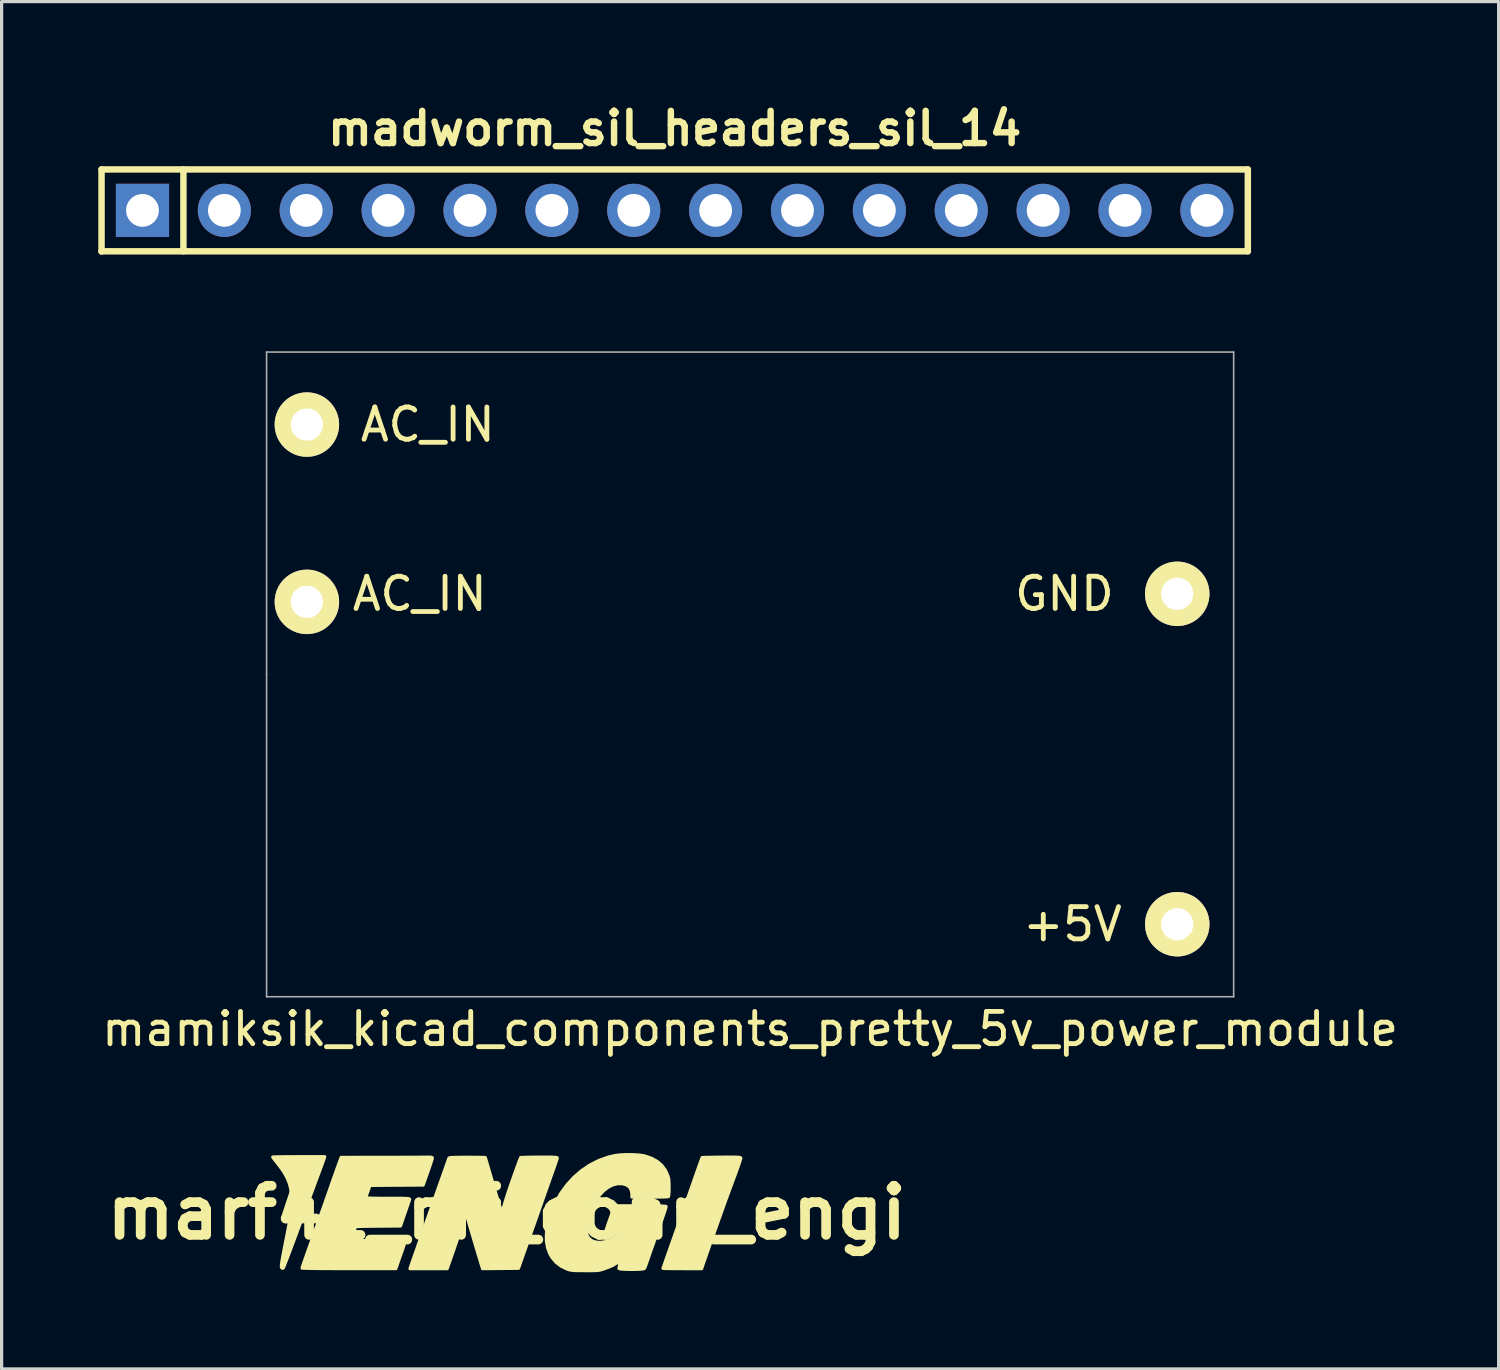
<source format=kicad_pcb>
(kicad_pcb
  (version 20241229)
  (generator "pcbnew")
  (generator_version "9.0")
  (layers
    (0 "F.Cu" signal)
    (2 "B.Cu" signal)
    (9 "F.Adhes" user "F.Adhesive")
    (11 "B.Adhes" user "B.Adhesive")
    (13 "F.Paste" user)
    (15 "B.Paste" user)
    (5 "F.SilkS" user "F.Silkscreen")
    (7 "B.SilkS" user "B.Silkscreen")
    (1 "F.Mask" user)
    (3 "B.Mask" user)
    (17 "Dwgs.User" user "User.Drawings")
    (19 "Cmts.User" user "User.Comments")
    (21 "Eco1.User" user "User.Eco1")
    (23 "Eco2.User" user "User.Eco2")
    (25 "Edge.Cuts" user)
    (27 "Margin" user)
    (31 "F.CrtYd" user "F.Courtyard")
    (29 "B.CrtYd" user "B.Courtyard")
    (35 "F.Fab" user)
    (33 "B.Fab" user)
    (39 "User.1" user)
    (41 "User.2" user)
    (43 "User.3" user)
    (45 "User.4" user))
  (footprint "mamiksik_kicad_components_pretty_5v_power_module"
    (layer "F.Cu")
    (at 20.22 17.871)
    (property "Reference" "mamiksik_kicad_components_pretty_5v_power_module" (at 0 11 0) (layer "F.SilkS") (effects (font (size 1 1) (thickness 0.15))))
    (attr through_hole)
    (fp_line (start -15 -10) (end 15 -10) (stroke (width 0.05) (type solid)) (layer "F.Fab"))
    (fp_line (start -15 0) (end -15 -10) (stroke (width 0.05) (type solid)) (layer "F.Fab"))
    (fp_line (start -15 10) (end -15 0) (stroke (width 0.05) (type solid)) (layer "F.Fab"))
    (fp_line (start 15 -10) (end 15 10) (stroke (width 0.05) (type solid)) (layer "F.Fab"))
    (fp_line (start 15 10) (end -15 10) (stroke (width 0.05) (type solid)) (layer "F.Fab"))
    (fp_text user "+5V" (at 10 7.75 0) (layer "F.SilkS") (effects (font (size 1 1) (thickness 0.15))))
    (fp_text user "GND" (at 9.75 -2.5 0) (layer "F.SilkS") (effects (font (size 1 1) (thickness 0.15))))
    (fp_text user "AC_IN" (at -10.25 -2.5 0) (layer "F.SilkS") (effects (font (size 1 1) (thickness 0.15))))
    (fp_text user "AC_IN" (at -10 -7.75 0) (layer "F.SilkS") (effects (font (size 1 1) (thickness 0.15))))
    (pad "1" thru_hole circle (at -13.75 -7.75) (size 2 2) (drill 1) (layers "*.Cu" "*.Mask" "F.SilkS"))
    (pad "2" thru_hole circle (at -13.75 -2.25) (size 2 2) (drill 1) (layers "*.Cu" "*.Mask" "F.SilkS"))
    (pad "3" thru_hole circle (at 13.25 -2.5) (size 2 2) (drill 1) (layers "*.Cu" "*.Mask" "F.SilkS"))
    (pad "4" thru_hole circle (at 13.25 7.75) (size 2 2) (drill 1) (layers "*.Cu" "*.Mask" "F.SilkS")))
  (footprint "madworm_sil_headers_sil_14"
    (layer "F.Cu")
    (at 17.88 3.476)
    (property "Reference" "madworm_sil_headers_sil_14" (at 0 -2.54 0) (layer "F.SilkS") (effects (font (size 1 1) (thickness 0.2))))
    (attr through_hole)
    (fp_line (start -17.78 -1.27) (end 17.78 -1.27) (stroke (width 0.2) (type solid)) (layer "F.SilkS"))
    (fp_line (start -17.78 1.27) (end -17.78 -1.27) (stroke (width 0.2) (type solid)) (layer "F.SilkS"))
    (fp_line (start -17.78 1.27) (end -17.78 1.27) (stroke (width 0.2) (type solid)) (layer "F.SilkS"))
    (fp_line (start -15.24 1.27) (end -15.24 -1.27) (stroke (width 0.2) (type solid)) (layer "F.SilkS"))
    (fp_line (start 17.78 -1.27) (end 17.78 1.27) (stroke (width 0.2) (type solid)) (layer "F.SilkS"))
    (fp_line (start 17.78 1.27) (end -17.78 1.27) (stroke (width 0.2) (type solid)) (layer "F.SilkS"))
    (pad "1" thru_hole rect (at -16.51 0) (size 1.65 1.65) (drill 1.016) (layers "*.Cu" "*.Mask"))
    (pad "2" thru_hole circle (at -13.97 0) (size 1.65 1.65) (drill 1.016) (layers "*.Cu" "*.Mask"))
    (pad "3" thru_hole circle (at -11.43 0) (size 1.65 1.65) (drill 1.016) (layers "*.Cu" "*.Mask"))
    (pad "4" thru_hole circle (at -8.89 0) (size 1.65 1.65) (drill 1.016) (layers "*.Cu" "*.Mask"))
    (pad "5" thru_hole circle (at -6.35 0) (size 1.65 1.65) (drill 1.016) (layers "*.Cu" "*.Mask"))
    (pad "6" thru_hole circle (at -3.81 0) (size 1.65 1.65) (drill 1.016) (layers "*.Cu" "*.Mask"))
    (pad "7" thru_hole circle (at -1.27 0) (size 1.65 1.65) (drill 1.016) (layers "*.Cu" "*.Mask"))
    (pad "8" thru_hole circle (at 1.27 0) (size 1.65 1.65) (drill 1.016) (layers "*.Cu" "*.Mask"))
    (pad "9" thru_hole circle (at 3.81 0) (size 1.65 1.65) (drill 1.016) (layers "*.Cu" "*.Mask"))
    (pad "10" thru_hole circle (at 6.35 0) (size 1.65 1.65) (drill 1.016) (layers "*.Cu" "*.Mask"))
    (pad "11" thru_hole circle (at 8.89 0) (size 1.65 1.65) (drill 1.016) (layers "*.Cu" "*.Mask"))
    (pad "12" thru_hole circle (at 11.43 0) (size 1.65 1.65) (drill 1.016) (layers "*.Cu" "*.Mask"))
    (pad "13" thru_hole circle (at 13.97 0) (size 1.65 1.65) (drill 1.016) (layers "*.Cu" "*.Mask"))
    (pad "14" thru_hole circle (at 16.51 0) (size 1.65 1.65) (drill 1.016) (layers "*.Cu" "*.Mask")))
  (footprint "marf41_mf_conn_engi"
    (layer "F.Cu")
    (at 12.671 34.569)
    (property "Reference" "marf41_mf_conn_engi" (at 0 0 0) (layer "F.SilkS") (effects (font (size 1.524 1.524) (thickness 0.3))))
    (attr through_hole)
    (fp_poly (pts (xy -5.649 -1.736) (xy -5.663 -1.688) (xy -5.676 -1.65) (xy -5.701 -1.581) (xy -5.738 -1.478) (xy -5.788 -1.34) (xy -5.852 -1.167) (xy -5.93 -0.958) (xy -6.021 -0.71) (xy -6.085 -0.54) (xy -6.138 -0.397) (xy -6.202 -0.223) (xy -6.275 -0.026) (xy -6.354 0.186) (xy -6.435 0.404) (xy -6.515 0.621) (xy -6.592 0.828) (xy -6.595 0.836) (xy -6.662 1.016) (xy -6.725 1.185) (xy -6.783 1.337) (xy -6.834 1.469) (xy -6.876 1.577) (xy -6.907 1.655) (xy -6.927 1.701) (xy -6.932 1.71) (xy -6.958 1.727) (xy -6.982 1.708) (xy -6.988 1.693) (xy -6.991 1.667) (xy -6.989 1.627) (xy -6.983 1.568) (xy -6.97 1.487) (xy -6.952 1.382) (xy -6.927 1.248) (xy -6.895 1.082) (xy -6.856 0.881) (xy -6.817 0.688) (xy -6.759 0.381) (xy -6.715 0.109) (xy -6.686 -0.132) (xy -6.673 -0.347) (xy -6.677 -0.539) (xy -6.697 -0.714) (xy -6.735 -0.876) (xy -6.792 -1.03) (xy -6.867 -1.18) (xy -6.962 -1.331) (xy -7.077 -1.486) (xy -7.127 -1.55) (xy -7.183 -1.62) (xy -7.228 -1.677) (xy -7.255 -1.714) (xy -7.26 -1.724) (xy -7.24 -1.727) (xy -7.182 -1.729) (xy -7.09 -1.731) (xy -6.97 -1.733) (xy -6.827 -1.734) (xy -6.664 -1.735) (xy -6.486 -1.736) (xy -6.454 -1.736) (xy -5.649 -1.736)) (stroke (width 0.1) (type solid)) (fill yes) (layer "F.SilkS"))
    (fp_poly (pts (xy 7.26 -1.691) (xy 7.253 -1.658) (xy 7.23 -1.586) (xy 7.193 -1.478) (xy 7.142 -1.334) (xy 7.078 -1.157) (xy 7 -0.947) (xy 6.959 -0.836) (xy 6.922 -0.736) (xy 6.878 -0.617) (xy 6.835 -0.5) (xy 6.822 -0.466) (xy 6.795 -0.393) (xy 6.757 -0.287) (xy 6.71 -0.154) (xy 6.654 0.002) (xy 6.593 0.174) (xy 6.528 0.357) (xy 6.461 0.546) (xy 6.394 0.735) (xy 6.329 0.918) (xy 6.269 1.09) (xy 6.214 1.246) (xy 6.167 1.38) (xy 6.13 1.486) (xy 6.104 1.559) (xy 6.1 1.572) (xy 6.045 1.736) (xy 5.446 1.736) (xy 5.292 1.735) (xy 5.152 1.735) (xy 5.033 1.733) (xy 4.939 1.732) (xy 4.875 1.73) (xy 4.848 1.728) (xy 4.847 1.727) (xy 4.854 1.706) (xy 4.874 1.649) (xy 4.905 1.56) (xy 4.946 1.441) (xy 4.996 1.299) (xy 5.054 1.135) (xy 5.118 0.953) (xy 5.187 0.759) (xy 5.209 0.695) (xy 5.282 0.489) (xy 5.353 0.289) (xy 5.42 0.099) (xy 5.482 -0.075) (xy 5.536 -0.229) (xy 5.582 -0.359) (xy 5.617 -0.458) (xy 5.64 -0.523) (xy 5.642 -0.529) (xy 5.734 -0.793) (xy 5.814 -1.019) (xy 5.88 -1.209) (xy 5.936 -1.366) (xy 5.98 -1.49) (xy 6.014 -1.584) (xy 6.038 -1.65) (xy 6.053 -1.691) (xy 6.061 -1.707) (xy 6.061 -1.708) (xy 6.084 -1.71) (xy 6.143 -1.713) (xy 6.234 -1.715) (xy 6.351 -1.717) (xy 6.489 -1.719) (xy 6.641 -1.721) (xy 6.665 -1.721) (xy 6.84 -1.722) (xy 6.978 -1.722) (xy 7.082 -1.721) (xy 7.157 -1.719) (xy 7.208 -1.715) (xy 7.239 -1.71) (xy 7.255 -1.703) (xy 7.26 -1.693) (xy 7.26 -1.691)) (stroke (width 0.1) (type solid)) (fill yes) (layer "F.SilkS"))
    (fp_poly (pts (xy 1.566 -1.7) (xy 1.56 -1.672) (xy 1.541 -1.612) (xy 1.513 -1.528) (xy 1.479 -1.429) (xy 1.47 -1.404) (xy 1.43 -1.291) (xy 1.38 -1.152) (xy 1.326 -0.999) (xy 1.272 -0.846) (xy 1.235 -0.741) (xy 1.149 -0.496) (xy 1.062 -0.248) (xy 0.976 -0.006) (xy 0.895 0.225) (xy 0.82 0.437) (xy 0.754 0.622) (xy 0.7 0.773) (xy 0.673 0.848) (xy 0.636 0.953) (xy 0.592 1.078) (xy 0.544 1.213) (xy 0.502 1.333) (xy 0.364 1.725) (xy -0.194 1.731) (xy -0.751 1.736) (xy -0.856 1.392) (xy -0.927 1.156) (xy -0.999 0.913) (xy -1.076 0.652) (xy -1.161 0.363) (xy -1.188 0.27) (xy -1.216 0.179) (xy -1.241 0.105) (xy -1.26 0.057) (xy -1.269 0.042) (xy -1.281 0.061) (xy -1.301 0.113) (xy -1.327 0.19) (xy -1.355 0.28) (xy -1.39 0.391) (xy -1.436 0.535) (xy -1.493 0.706) (xy -1.557 0.896) (xy -1.626 1.099) (xy -1.699 1.309) (xy -1.772 1.519) (xy -1.78 1.54) (xy -1.849 1.736) (xy -2.426 1.736) (xy -3.003 1.736) (xy -2.964 1.625) (xy -2.946 1.572) (xy -2.916 1.487) (xy -2.877 1.377) (xy -2.833 1.25) (xy -2.785 1.113) (xy -2.766 1.058) (xy -2.585 0.544) (xy -2.393 -0.001) (xy -2.188 -0.58) (xy -1.973 -1.185) (xy -1.925 -1.32) (xy -1.882 -1.443) (xy -1.845 -1.547) (xy -1.817 -1.627) (xy -1.8 -1.676) (xy -1.796 -1.689) (xy -1.785 -1.698) (xy -1.755 -1.705) (xy -1.703 -1.71) (xy -1.624 -1.713) (xy -1.513 -1.716) (xy -1.368 -1.717) (xy -1.23 -1.717) (xy -1.081 -1.717) (xy -0.947 -1.716) (xy -0.833 -1.715) (xy -0.745 -1.714) (xy -0.688 -1.712) (xy -0.668 -1.71) (xy -0.661 -1.689) (xy -0.644 -1.633) (xy -0.618 -1.548) (xy -0.587 -1.44) (xy -0.55 -1.314) (xy -0.531 -1.249) (xy -0.469 -1.037) (xy -0.416 -0.853) (xy -0.366 -0.686) (xy -0.317 -0.523) (xy -0.266 -0.352) (xy -0.216 -0.191) (xy -0.154 0.011) (xy -0.097 -0.18) (xy -0.062 -0.296) (xy -0.022 -0.426) (xy 0.016 -0.545) (xy 0.021 -0.561) (xy 0.047 -0.641) (xy 0.082 -0.744) (xy 0.123 -0.863) (xy 0.169 -0.994) (xy 0.217 -1.129) (xy 0.265 -1.264) (xy 0.31 -1.39) (xy 0.352 -1.504) (xy 0.386 -1.598) (xy 0.413 -1.666) (xy 0.428 -1.703) (xy 0.43 -1.708) (xy 0.454 -1.711) (xy 0.514 -1.714) (xy 0.605 -1.717) (xy 0.722 -1.719) (xy 0.858 -1.721) (xy 1.004 -1.722) (xy 1.184 -1.723) (xy 1.325 -1.722) (xy 1.43 -1.719) (xy 1.503 -1.716) (xy 1.547 -1.71) (xy 1.565 -1.703) (xy 1.566 -1.7)) (stroke (width 0.1) (type solid)) (fill yes) (layer "F.SilkS"))
    (fp_poly (pts (xy -2.308 -1.693) (xy -2.316 -1.664) (xy -2.335 -1.602) (xy -2.364 -1.513) (xy -2.401 -1.404) (xy -2.443 -1.282) (xy -2.451 -1.259) (xy -2.593 -0.857) (xy -3.418 -0.852) (xy -4.244 -0.846) (xy -4.305 -0.672) (xy -4.334 -0.59) (xy -4.358 -0.522) (xy -4.374 -0.479) (xy -4.376 -0.471) (xy -4.371 -0.463) (xy -4.345 -0.457) (xy -4.297 -0.453) (xy -4.222 -0.449) (xy -4.117 -0.447) (xy -3.978 -0.445) (xy -3.802 -0.445) (xy -3.694 -0.445) (xy -3.505 -0.444) (xy -3.354 -0.444) (xy -3.237 -0.443) (xy -3.149 -0.441) (xy -3.087 -0.438) (xy -3.047 -0.433) (xy -3.024 -0.428) (xy -3.014 -0.42) (xy -3.014 -0.41) (xy -3.015 -0.407) (xy -3.025 -0.377) (xy -3.047 -0.313) (xy -3.078 -0.222) (xy -3.116 -0.112) (xy -3.158 0.01) (xy -3.162 0.021) (xy -3.297 0.413) (xy -3.995 0.418) (xy -4.187 0.42) (xy -4.34 0.422) (xy -4.459 0.424) (xy -4.549 0.427) (xy -4.614 0.431) (xy -4.657 0.435) (xy -4.684 0.442) (xy -4.699 0.45) (xy -4.705 0.46) (xy -4.705 0.461) (xy -4.717 0.496) (xy -4.74 0.56) (xy -4.769 0.641) (xy -4.782 0.677) (xy -4.811 0.757) (xy -4.833 0.82) (xy -4.846 0.857) (xy -4.847 0.862) (xy -4.827 0.864) (xy -4.768 0.865) (xy -4.677 0.866) (xy -4.556 0.866) (xy -4.411 0.867) (xy -4.246 0.868) (xy -4.066 0.868) (xy -4 0.868) (xy -3.78 0.868) (xy -3.598 0.869) (xy -3.453 0.871) (xy -3.34 0.873) (xy -3.257 0.876) (xy -3.201 0.881) (xy -3.167 0.886) (xy -3.154 0.892) (xy -3.154 0.894) (xy -3.161 0.923) (xy -3.179 0.983) (xy -3.207 1.067) (xy -3.242 1.167) (xy -3.252 1.196) (xy -3.293 1.311) (xy -3.333 1.425) (xy -3.368 1.525) (xy -3.393 1.598) (xy -3.395 1.603) (xy -3.44 1.735) (xy -4.895 1.735) (xy -5.139 1.735) (xy -5.37 1.734) (xy -5.585 1.733) (xy -5.78 1.732) (xy -5.952 1.73) (xy -6.098 1.728) (xy -6.214 1.726) (xy -6.296 1.723) (xy -6.342 1.721) (xy -6.35 1.719) (xy -6.343 1.694) (xy -6.322 1.631) (xy -6.288 1.531) (xy -6.24 1.395) (xy -6.181 1.225) (xy -6.109 1.022) (xy -6.026 0.788) (xy -5.933 0.524) (xy -5.828 0.231) (xy -5.821 0.212) (xy -5.781 0.097) (xy -5.729 -0.049) (xy -5.67 -0.216) (xy -5.607 -0.394) (xy -5.544 -0.574) (xy -5.485 -0.741) (xy -5.429 -0.903) (xy -5.373 -1.062) (xy -5.32 -1.21) (xy -5.274 -1.341) (xy -5.236 -1.446) (xy -5.209 -1.521) (xy -5.206 -1.529) (xy -5.138 -1.714) (xy -3.918 -1.716) (xy -3.688 -1.716) (xy -3.465 -1.716) (xy -3.254 -1.717) (xy -3.059 -1.718) (xy -2.886 -1.718) (xy -2.738 -1.719) (xy -2.62 -1.72) (xy -2.537 -1.72) (xy -2.503 -1.721) (xy -2.409 -1.722) (xy -2.35 -1.719) (xy -2.319 -1.711) (xy -2.309 -1.698) (xy -2.308 -1.693)) (stroke (width 0.1) (type solid)) (fill yes) (layer "F.SilkS"))
    (fp_poly (pts (xy 5.034 -0.747) (xy 5.032 -0.652) (xy 5.027 -0.572) (xy 5.02 -0.517) (xy 5.013 -0.498) (xy 4.989 -0.494) (xy 4.929 -0.491) (xy 4.837 -0.488) (xy 4.721 -0.486) (xy 4.584 -0.485) (xy 4.442 -0.485) (xy 3.884 -0.485) (xy 3.882 -0.591) (xy 3.862 -0.705) (xy 3.807 -0.795) (xy 3.72 -0.859) (xy 3.601 -0.896) (xy 3.59 -0.898) (xy 3.438 -0.9) (xy 3.287 -0.862) (xy 3.139 -0.786) (xy 2.998 -0.676) (xy 2.867 -0.532) (xy 2.749 -0.358) (xy 2.69 -0.247) (xy 2.585 -0.014) (xy 2.512 0.195) (xy 2.47 0.38) (xy 2.459 0.54) (xy 2.48 0.674) (xy 2.533 0.781) (xy 2.557 0.809) (xy 2.646 0.875) (xy 2.759 0.914) (xy 2.888 0.924) (xy 3.026 0.908) (xy 3.166 0.867) (xy 3.3 0.801) (xy 3.421 0.71) (xy 3.425 0.707) (xy 3.524 0.616) (xy 3.297 0.615) (xy 3.204 0.613) (xy 3.13 0.608) (xy 3.082 0.601) (xy 3.069 0.595) (xy 3.076 0.567) (xy 3.095 0.506) (xy 3.123 0.421) (xy 3.158 0.318) (xy 3.198 0.205) (xy 3.239 0.089) (xy 3.28 -0.023) (xy 3.285 -0.037) (xy 3.35 -0.212) (xy 4.14 -0.212) (xy 4.318 -0.211) (xy 4.483 -0.21) (xy 4.63 -0.208) (xy 4.754 -0.205) (xy 4.85 -0.202) (xy 4.913 -0.198) (xy 4.94 -0.194) (xy 4.94 -0.194) (xy 4.94 -0.181) (xy 4.933 -0.151) (xy 4.918 -0.1) (xy 4.895 -0.026) (xy 4.861 0.073) (xy 4.817 0.2) (xy 4.762 0.357) (xy 4.694 0.548) (xy 4.613 0.775) (xy 4.573 0.889) (xy 4.525 1.024) (xy 4.473 1.171) (xy 4.423 1.315) (xy 4.381 1.437) (xy 4.377 1.45) (xy 4.342 1.549) (xy 4.311 1.634) (xy 4.286 1.697) (xy 4.271 1.729) (xy 4.27 1.73) (xy 4.242 1.741) (xy 4.183 1.749) (xy 4.099 1.755) (xy 3.999 1.758) (xy 3.889 1.76) (xy 3.779 1.759) (xy 3.676 1.756) (xy 3.587 1.751) (xy 3.52 1.744) (xy 3.483 1.734) (xy 3.478 1.728) (xy 3.488 1.69) (xy 3.499 1.629) (xy 3.504 1.597) (xy 3.52 1.496) (xy 3.437 1.545) (xy 3.369 1.585) (xy 3.304 1.624) (xy 3.291 1.631) (xy 3.243 1.655) (xy 3.167 1.686) (xy 3.078 1.72) (xy 3.041 1.734) (xy 2.977 1.756) (xy 2.923 1.772) (xy 2.872 1.784) (xy 2.815 1.792) (xy 2.745 1.796) (xy 2.655 1.798) (xy 2.535 1.798) (xy 2.427 1.798) (xy 2.279 1.797) (xy 2.166 1.796) (xy 2.081 1.792) (xy 2.016 1.786) (xy 1.964 1.777) (xy 1.918 1.765) (xy 1.873 1.749) (xy 1.687 1.66) (xy 1.532 1.542) (xy 1.407 1.396) (xy 1.337 1.277) (xy 1.267 1.091) (xy 1.231 0.883) (xy 1.23 0.656) (xy 1.263 0.41) (xy 1.33 0.15) (xy 1.43 -0.124) (xy 1.513 -0.307) (xy 1.674 -0.595) (xy 1.864 -0.859) (xy 2.081 -1.096) (xy 2.321 -1.303) (xy 2.581 -1.478) (xy 2.858 -1.619) (xy 3.148 -1.722) (xy 3.34 -1.768) (xy 3.469 -1.786) (xy 3.622 -1.797) (xy 3.787 -1.8) (xy 3.951 -1.797) (xy 4.104 -1.786) (xy 4.232 -1.769) (xy 4.281 -1.758) (xy 4.489 -1.687) (xy 4.666 -1.589) (xy 4.81 -1.465) (xy 4.922 -1.314) (xy 4.999 -1.139) (xy 5.018 -1.075) (xy 5.026 -1.02) (xy 5.031 -0.941) (xy 5.034 -0.847) (xy 5.034 -0.747)) (stroke (width 0.1) (type solid)) (fill yes) (layer "F.SilkS")))
  (gr_rect
    (start -3 -3)
    (end 43.44 39.418)
    (stroke (width 0.1) (type default))
    (fill no)
    (layer "Edge.Cuts")))
</source>
